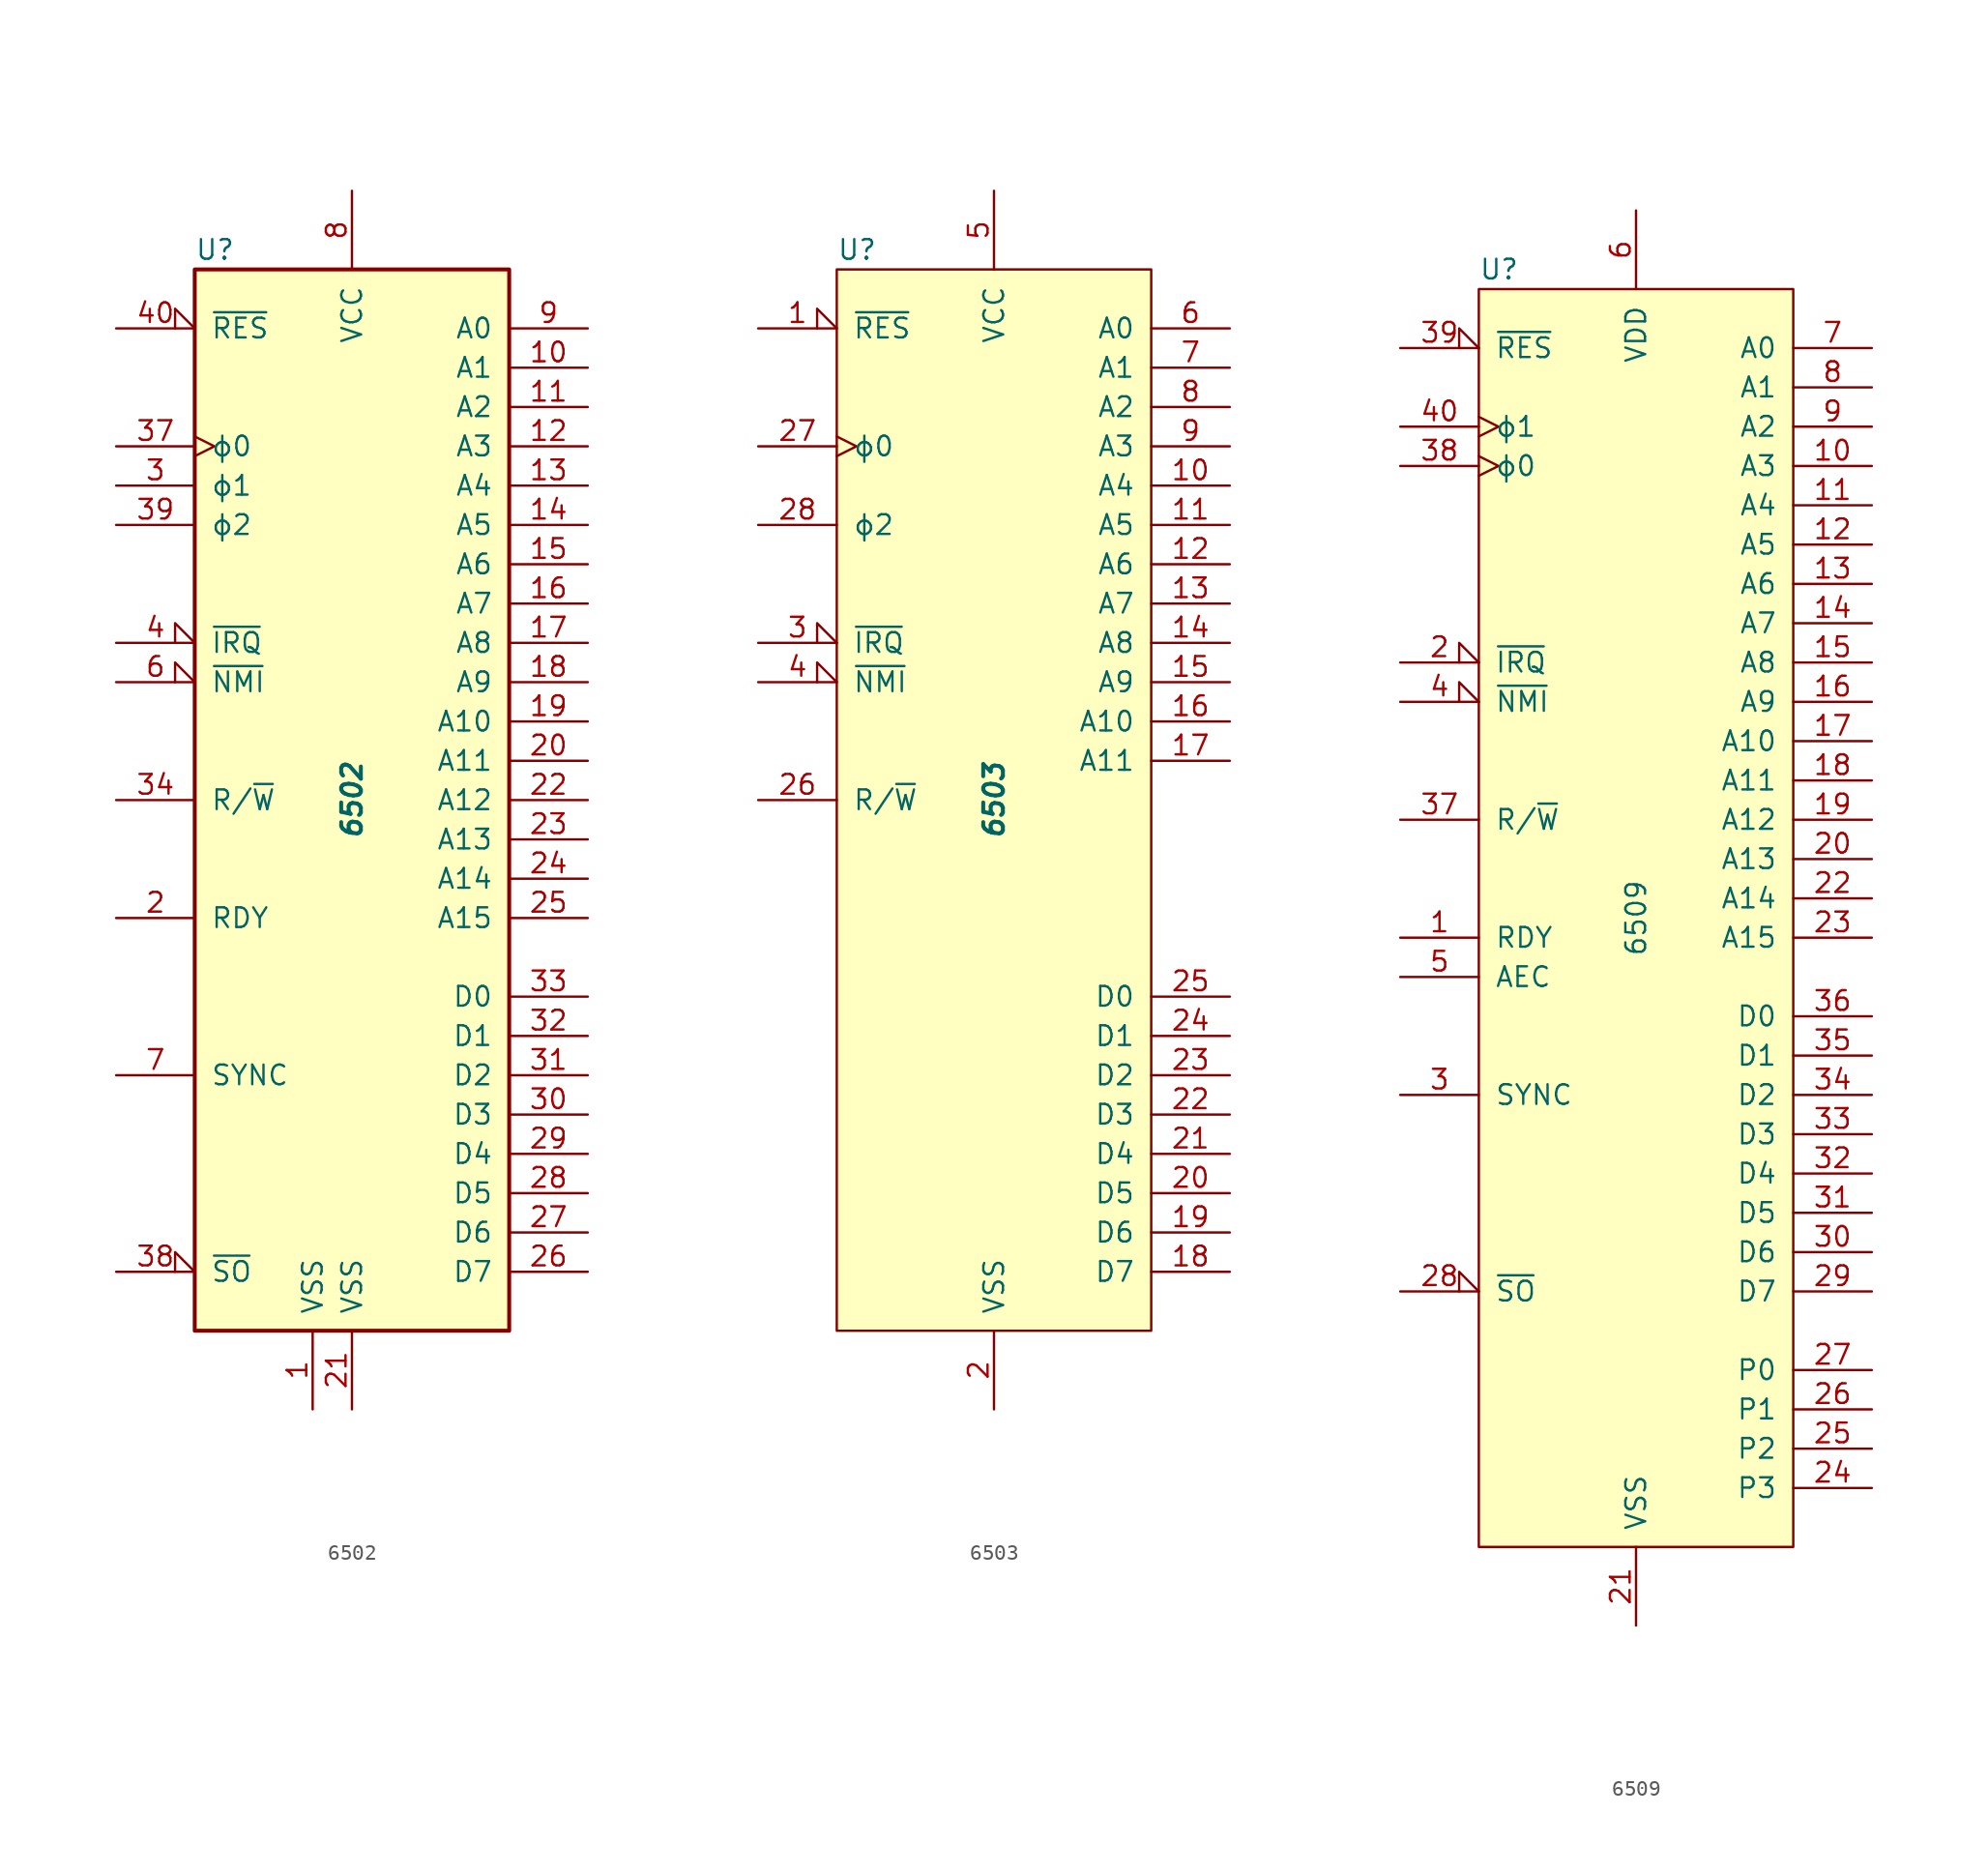
<source format=kicad_sym>
(kicad_symbol_lib
  (version 20211014)
  (generator kicad_symbol_editor)
  (symbol "6502"
    (pin_names
      (offset 1.016))
    (property "Reference" "U"
      (at -10.16 35.56 0)
      (effects (font (size 1.27 1.27)) (justify left)))
    (property "Value" "6502"
      (at 0 0 90)
      (effects (font (size 1.27 1.27) bold italic)))
    (symbol "6502_0_1"
      (rectangle (start -10.16 34.29) (end 10.16 -34.29) (stroke (width 0.254) (type default) (color 0 0 0 0)) (fill (type background))))
    (symbol "6502_1_1"
      (pin power_in line (at -2.54 -39.37 90) (length 5.08) (name "VSS" (effects (font (size 1.27 1.27)))) (number "1" (effects (font (size 1.27 1.27)))))
      (pin output line (at 15.24 27.94 180) (length 5.08) (name "A1" (effects (font (size 1.27 1.27)))) (number "10" (effects (font (size 1.27 1.27)))))
      (pin output line (at 15.24 25.4 180) (length 5.08) (name "A2" (effects (font (size 1.27 1.27)))) (number "11" (effects (font (size 1.27 1.27)))))
      (pin output line (at 15.24 22.86 180) (length 5.08) (name "A3" (effects (font (size 1.27 1.27)))) (number "12" (effects (font (size 1.27 1.27)))))
      (pin output line (at 15.24 20.32 180) (length 5.08) (name "A4" (effects (font (size 1.27 1.27)))) (number "13" (effects (font (size 1.27 1.27)))))
      (pin output line (at 15.24 17.78 180) (length 5.08) (name "A5" (effects (font (size 1.27 1.27)))) (number "14" (effects (font (size 1.27 1.27)))))
      (pin output line (at 15.24 15.24 180) (length 5.08) (name "A6" (effects (font (size 1.27 1.27)))) (number "15" (effects (font (size 1.27 1.27)))))
      (pin output line (at 15.24 12.7 180) (length 5.08) (name "A7" (effects (font (size 1.27 1.27)))) (number "16" (effects (font (size 1.27 1.27)))))
      (pin output line (at 15.24 10.16 180) (length 5.08) (name "A8" (effects (font (size 1.27 1.27)))) (number "17" (effects (font (size 1.27 1.27)))))
      (pin output line (at 15.24 7.62 180) (length 5.08) (name "A9" (effects (font (size 1.27 1.27)))) (number "18" (effects (font (size 1.27 1.27)))))
      (pin output line (at 15.24 5.08 180) (length 5.08) (name "A10" (effects (font (size 1.27 1.27)))) (number "19" (effects (font (size 1.27 1.27)))))
      (pin input line (at -15.24 -7.62 0) (length 5.08) (name "RDY" (effects (font (size 1.27 1.27)))) (number "2" (effects (font (size 1.27 1.27)))))
      (pin output line (at 15.24 2.54 180) (length 5.08) (name "A11" (effects (font (size 1.27 1.27)))) (number "20" (effects (font (size 1.27 1.27)))))
      (pin power_in line (at 0 -39.37 90) (length 5.08) (name "VSS" (effects (font (size 1.27 1.27)))) (number "21" (effects (font (size 1.27 1.27)))))
      (pin output line (at 15.24 0 180) (length 5.08) (name "A12" (effects (font (size 1.27 1.27)))) (number "22" (effects (font (size 1.27 1.27)))))
      (pin output line (at 15.24 -2.54 180) (length 5.08) (name "A13" (effects (font (size 1.27 1.27)))) (number "23" (effects (font (size 1.27 1.27)))))
      (pin output line (at 15.24 -5.08 180) (length 5.08) (name "A14" (effects (font (size 1.27 1.27)))) (number "24" (effects (font (size 1.27 1.27)))))
      (pin output line (at 15.24 -7.62 180) (length 5.08) (name "A15" (effects (font (size 1.27 1.27)))) (number "25" (effects (font (size 1.27 1.27)))))
      (pin bidirectional line (at 15.24 -30.48 180) (length 5.08) (name "D7" (effects (font (size 1.27 1.27)))) (number "26" (effects (font (size 1.27 1.27)))))
      (pin bidirectional line (at 15.24 -27.94 180) (length 5.08) (name "D6" (effects (font (size 1.27 1.27)))) (number "27" (effects (font (size 1.27 1.27)))))
      (pin bidirectional line (at 15.24 -25.4 180) (length 5.08) (name "D5" (effects (font (size 1.27 1.27)))) (number "28" (effects (font (size 1.27 1.27)))))
      (pin bidirectional line (at 15.24 -22.86 180) (length 5.08) (name "D4" (effects (font (size 1.27 1.27)))) (number "29" (effects (font (size 1.27 1.27)))))
      (pin output line (at -15.24 20.32 0) (length 5.08) (name "ϕ1" (effects (font (size 1.27 1.27)))) (number "3" (effects (font (size 1.27 1.27)))))
      (pin bidirectional line (at 15.24 -20.32 180) (length 5.08) (name "D3" (effects (font (size 1.27 1.27)))) (number "30" (effects (font (size 1.27 1.27)))))
      (pin bidirectional line (at 15.24 -17.78 180) (length 5.08) (name "D2" (effects (font (size 1.27 1.27)))) (number "31" (effects (font (size 1.27 1.27)))))
      (pin bidirectional line (at 15.24 -15.24 180) (length 5.08) (name "D1" (effects (font (size 1.27 1.27)))) (number "32" (effects (font (size 1.27 1.27)))))
      (pin bidirectional line (at 15.24 -12.7 180) (length 5.08) (name "D0" (effects (font (size 1.27 1.27)))) (number "33" (effects (font (size 1.27 1.27)))))
      (pin output line (at -15.24 0 0) (length 5.08) (name "R/~{W}" (effects (font (size 1.27 1.27)))) (number "34" (effects (font (size 1.27 1.27)))))
      (pin no_connect non_logic (at -10.16 -25.4 0) (length 2.54) hide (name "nc" (effects (font (size 1.27 1.27)))) (number "35" (effects (font (size 1.27 1.27)))))
      (pin no_connect non_logic (at -10.16 -27.94 0) (length 2.54) hide (name "nc" (effects (font (size 1.27 1.27)))) (number "36" (effects (font (size 1.27 1.27)))))
      (pin input clock (at -15.24 22.86 0) (length 5.08) (name "ϕ0" (effects (font (size 1.27 1.27)))) (number "37" (effects (font (size 1.27 1.27)))))
      (pin input input_low (at -15.24 -30.48 0) (length 5.08) (name "~{SO}" (effects (font (size 1.27 1.27)))) (number "38" (effects (font (size 1.27 1.27)))))
      (pin output line (at -15.24 17.78 0) (length 5.08) (name "ϕ2" (effects (font (size 1.27 1.27)))) (number "39" (effects (font (size 1.27 1.27)))))
      (pin input input_low (at -15.24 10.16 0) (length 5.08) (name "~{IRQ}" (effects (font (size 1.27 1.27)))) (number "4" (effects (font (size 1.27 1.27)))))
      (pin input input_low (at -15.24 30.48 0) (length 5.08) (name "~{RES}" (effects (font (size 1.27 1.27)))) (number "40" (effects (font (size 1.27 1.27)))))
      (pin no_connect non_logic (at -10.16 -22.86 0) (length 2.565) hide (name "nc" (effects (font (size 1.27 1.27)))) (number "5" (effects (font (size 1.27 1.27)))))
      (pin input input_low (at -15.24 7.62 0) (length 5.08) (name "~{NMI}" (effects (font (size 1.27 1.27)))) (number "6" (effects (font (size 1.27 1.27)))))
      (pin output line (at -15.24 -17.78 0) (length 5.08) (name "SYNC" (effects (font (size 1.27 1.27)))) (number "7" (effects (font (size 1.27 1.27)))))
      (pin power_in line (at 0 39.37 270) (length 5.08) (name "VCC" (effects (font (size 1.27 1.27)))) (number "8" (effects (font (size 1.27 1.27)))))
      (pin output line (at 15.24 30.48 180) (length 5.08) (name "A0" (effects (font (size 1.27 1.27)))) (number "9" (effects (font (size 1.27 1.27)))))))
  (symbol "6503"
    (pin_names
      (offset 1.016))
    (property "Reference" "U"
      (at -10.16 35.56 0)
      (effects (font (size 1.27 1.27)) (justify left)))
    (property "Value" "6503"
      (at 0 0 90)
      (effects (font (size 1.27 1.27) bold italic)))
    (symbol "6503_0_1"
      (rectangle (start -10.16 34.29) (end 10.16 -34.29) (stroke (width 0) (type default) (color 0 0 0 0)) (fill (type background))))
    (symbol "6503_1_1"
      (pin input input_low (at -15.24 30.48 0) (length 5.08) (name "~{RES}" (effects (font (size 1.27 1.27)))) (number "1" (effects (font (size 1.27 1.27)))))
      (pin output line (at 15.24 20.32 180) (length 5.08) (name "A4" (effects (font (size 1.27 1.27)))) (number "10" (effects (font (size 1.27 1.27)))))
      (pin output line (at 15.24 17.78 180) (length 5.08) (name "A5" (effects (font (size 1.27 1.27)))) (number "11" (effects (font (size 1.27 1.27)))))
      (pin output line (at 15.24 15.24 180) (length 5.08) (name "A6" (effects (font (size 1.27 1.27)))) (number "12" (effects (font (size 1.27 1.27)))))
      (pin output line (at 15.24 12.7 180) (length 5.08) (name "A7" (effects (font (size 1.27 1.27)))) (number "13" (effects (font (size 1.27 1.27)))))
      (pin output line (at 15.24 10.16 180) (length 5.08) (name "A8" (effects (font (size 1.27 1.27)))) (number "14" (effects (font (size 1.27 1.27)))))
      (pin output line (at 15.24 7.62 180) (length 5.08) (name "A9" (effects (font (size 1.27 1.27)))) (number "15" (effects (font (size 1.27 1.27)))))
      (pin output line (at 15.24 5.08 180) (length 5.08) (name "A10" (effects (font (size 1.27 1.27)))) (number "16" (effects (font (size 1.27 1.27)))))
      (pin output line (at 15.24 2.54 180) (length 5.08) (name "A11" (effects (font (size 1.27 1.27)))) (number "17" (effects (font (size 1.27 1.27)))))
      (pin bidirectional line (at 15.24 -30.48 180) (length 5.08) (name "D7" (effects (font (size 1.27 1.27)))) (number "18" (effects (font (size 1.27 1.27)))))
      (pin bidirectional line (at 15.24 -27.94 180) (length 5.08) (name "D6" (effects (font (size 1.27 1.27)))) (number "19" (effects (font (size 1.27 1.27)))))
      (pin power_in line (at 0 -39.37 90) (length 5.08) (name "VSS" (effects (font (size 1.27 1.27)))) (number "2" (effects (font (size 1.27 1.27)))))
      (pin bidirectional line (at 15.24 -25.4 180) (length 5.08) (name "D5" (effects (font (size 1.27 1.27)))) (number "20" (effects (font (size 1.27 1.27)))))
      (pin bidirectional line (at 15.24 -22.86 180) (length 5.08) (name "D4" (effects (font (size 1.27 1.27)))) (number "21" (effects (font (size 1.27 1.27)))))
      (pin bidirectional line (at 15.24 -20.32 180) (length 5.08) (name "D3" (effects (font (size 1.27 1.27)))) (number "22" (effects (font (size 1.27 1.27)))))
      (pin bidirectional line (at 15.24 -17.78 180) (length 5.08) (name "D2" (effects (font (size 1.27 1.27)))) (number "23" (effects (font (size 1.27 1.27)))))
      (pin bidirectional line (at 15.24 -15.24 180) (length 5.08) (name "D1" (effects (font (size 1.27 1.27)))) (number "24" (effects (font (size 1.27 1.27)))))
      (pin bidirectional line (at 15.24 -12.7 180) (length 5.08) (name "D0" (effects (font (size 1.27 1.27)))) (number "25" (effects (font (size 1.27 1.27)))))
      (pin output line (at -15.24 0 0) (length 5.08) (name "R/~{W}" (effects (font (size 1.27 1.27)))) (number "26" (effects (font (size 1.27 1.27)))))
      (pin input clock (at -15.24 22.86 0) (length 5.08) (name "ϕ0" (effects (font (size 1.27 1.27)))) (number "27" (effects (font (size 1.27 1.27)))))
      (pin output line (at -15.24 17.78 0) (length 5.08) (name "ϕ2" (effects (font (size 1.27 1.27)))) (number "28" (effects (font (size 1.27 1.27)))))
      (pin input input_low (at -15.24 10.16 0) (length 5.08) (name "~{IRQ}" (effects (font (size 1.27 1.27)))) (number "3" (effects (font (size 1.27 1.27)))))
      (pin input input_low (at -15.24 7.62 0) (length 5.08) (name "~{NMI}" (effects (font (size 1.27 1.27)))) (number "4" (effects (font (size 1.27 1.27)))))
      (pin power_in line (at 0 39.37 270) (length 5.08) (name "VCC" (effects (font (size 1.27 1.27)))) (number "5" (effects (font (size 1.27 1.27)))))
      (pin output line (at 15.24 30.48 180) (length 5.08) (name "A0" (effects (font (size 1.27 1.27)))) (number "6" (effects (font (size 1.27 1.27)))))
      (pin output line (at 15.24 27.94 180) (length 5.08) (name "A1" (effects (font (size 1.27 1.27)))) (number "7" (effects (font (size 1.27 1.27)))))
      (pin output line (at 15.24 25.4 180) (length 5.08) (name "A2" (effects (font (size 1.27 1.27)))) (number "8" (effects (font (size 1.27 1.27)))))
      (pin output line (at 15.24 22.86 180) (length 5.08) (name "A3" (effects (font (size 1.27 1.27)))) (number "9" (effects (font (size 1.27 1.27)))))))
  (symbol "6509"
    (pin_names
      (offset 1.016))
    (property "Reference" "U"
      (at -10.16 41.91 0)
      (effects (font (size 1.27 1.27)) (justify left)))
    (property "Value" "6509"
      (at 0 0 90)
      (effects (font (size 1.27 1.27))))
    (symbol "6509_0_1"
      (rectangle (start -10.16 40.64) (end 10.16 -40.64) (stroke (width 0) (type default) (color 0 0 0 0)) (fill (type background))))
    (symbol "6509_1_1"
      (pin input line (at -15.24 -1.27 0) (length 5.08) (name "RDY" (effects (font (size 1.27 1.27)))) (number "1" (effects (font (size 1.27 1.27)))))
      (pin tri_state line (at 15.24 29.21 180) (length 5.08) (name "A3" (effects (font (size 1.27 1.27)))) (number "10" (effects (font (size 1.27 1.27)))))
      (pin tri_state line (at 15.24 26.67 180) (length 5.08) (name "A4" (effects (font (size 1.27 1.27)))) (number "11" (effects (font (size 1.27 1.27)))))
      (pin tri_state line (at 15.24 24.13 180) (length 5.08) (name "A5" (effects (font (size 1.27 1.27)))) (number "12" (effects (font (size 1.27 1.27)))))
      (pin tri_state line (at 15.24 21.59 180) (length 5.08) (name "A6" (effects (font (size 1.27 1.27)))) (number "13" (effects (font (size 1.27 1.27)))))
      (pin tri_state line (at 15.24 19.05 180) (length 5.08) (name "A7" (effects (font (size 1.27 1.27)))) (number "14" (effects (font (size 1.27 1.27)))))
      (pin tri_state line (at 15.24 16.51 180) (length 5.08) (name "A8" (effects (font (size 1.27 1.27)))) (number "15" (effects (font (size 1.27 1.27)))))
      (pin tri_state line (at 15.24 13.97 180) (length 5.08) (name "A9" (effects (font (size 1.27 1.27)))) (number "16" (effects (font (size 1.27 1.27)))))
      (pin tri_state line (at 15.24 11.43 180) (length 5.08) (name "A10" (effects (font (size 1.27 1.27)))) (number "17" (effects (font (size 1.27 1.27)))))
      (pin tri_state line (at 15.24 8.89 180) (length 5.08) (name "A11" (effects (font (size 1.27 1.27)))) (number "18" (effects (font (size 1.27 1.27)))))
      (pin tri_state line (at 15.24 6.35 180) (length 5.08) (name "A12" (effects (font (size 1.27 1.27)))) (number "19" (effects (font (size 1.27 1.27)))))
      (pin input input_low (at -15.24 16.51 0) (length 5.08) (name "~{IRQ}" (effects (font (size 1.27 1.27)))) (number "2" (effects (font (size 1.27 1.27)))))
      (pin tri_state line (at 15.24 3.81 180) (length 5.08) (name "A13" (effects (font (size 1.27 1.27)))) (number "20" (effects (font (size 1.27 1.27)))))
      (pin power_in line (at 0 -45.72 90) (length 5.08) (name "VSS" (effects (font (size 1.27 1.27)))) (number "21" (effects (font (size 1.27 1.27)))))
      (pin tri_state line (at 15.24 1.27 180) (length 5.08) (name "A14" (effects (font (size 1.27 1.27)))) (number "22" (effects (font (size 1.27 1.27)))))
      (pin tri_state line (at 15.24 -1.27 180) (length 5.08) (name "A15" (effects (font (size 1.27 1.27)))) (number "23" (effects (font (size 1.27 1.27)))))
      (pin output line (at 15.24 -36.83 180) (length 5.08) (name "P3" (effects (font (size 1.27 1.27)))) (number "24" (effects (font (size 1.27 1.27)))))
      (pin output line (at 15.24 -34.29 180) (length 5.08) (name "P2" (effects (font (size 1.27 1.27)))) (number "25" (effects (font (size 1.27 1.27)))))
      (pin output line (at 15.24 -31.75 180) (length 5.08) (name "P1" (effects (font (size 1.27 1.27)))) (number "26" (effects (font (size 1.27 1.27)))))
      (pin output line (at 15.24 -29.21 180) (length 5.08) (name "P0" (effects (font (size 1.27 1.27)))) (number "27" (effects (font (size 1.27 1.27)))))
      (pin input input_low (at -15.24 -24.13 0) (length 5.08) (name "~{SO}" (effects (font (size 1.27 1.27)))) (number "28" (effects (font (size 1.27 1.27)))))
      (pin bidirectional line (at 15.24 -24.13 180) (length 5.08) (name "D7" (effects (font (size 1.27 1.27)))) (number "29" (effects (font (size 1.27 1.27)))))
      (pin output line (at -15.24 -11.43 0) (length 5.08) (name "SYNC" (effects (font (size 1.27 1.27)))) (number "3" (effects (font (size 1.27 1.27)))))
      (pin bidirectional line (at 15.24 -21.59 180) (length 5.08) (name "D6" (effects (font (size 1.27 1.27)))) (number "30" (effects (font (size 1.27 1.27)))))
      (pin bidirectional line (at 15.24 -19.05 180) (length 5.08) (name "D5" (effects (font (size 1.27 1.27)))) (number "31" (effects (font (size 1.27 1.27)))))
      (pin bidirectional line (at 15.24 -16.51 180) (length 5.08) (name "D4" (effects (font (size 1.27 1.27)))) (number "32" (effects (font (size 1.27 1.27)))))
      (pin bidirectional line (at 15.24 -13.97 180) (length 5.08) (name "D3" (effects (font (size 1.27 1.27)))) (number "33" (effects (font (size 1.27 1.27)))))
      (pin bidirectional line (at 15.24 -11.43 180) (length 5.08) (name "D2" (effects (font (size 1.27 1.27)))) (number "34" (effects (font (size 1.27 1.27)))))
      (pin bidirectional line (at 15.24 -8.89 180) (length 5.08) (name "D1" (effects (font (size 1.27 1.27)))) (number "35" (effects (font (size 1.27 1.27)))))
      (pin bidirectional line (at 15.24 -6.35 180) (length 5.08) (name "D0" (effects (font (size 1.27 1.27)))) (number "36" (effects (font (size 1.27 1.27)))))
      (pin tri_state line (at -15.24 6.35 0) (length 5.08) (name "R/~{W}" (effects (font (size 1.27 1.27)))) (number "37" (effects (font (size 1.27 1.27)))))
      (pin input clock (at -15.24 29.21 0) (length 5.08) (name "ϕ0" (effects (font (size 1.27 1.27)))) (number "38" (effects (font (size 1.27 1.27)))))
      (pin input input_low (at -15.24 36.83 0) (length 5.08) (name "~{RES}" (effects (font (size 1.27 1.27)))) (number "39" (effects (font (size 1.27 1.27)))))
      (pin input input_low (at -15.24 13.97 0) (length 5.08) (name "~{NMI}" (effects (font (size 1.27 1.27)))) (number "4" (effects (font (size 1.27 1.27)))))
      (pin input clock (at -15.24 31.75 0) (length 5.08) (name "ϕ1" (effects (font (size 1.27 1.27)))) (number "40" (effects (font (size 1.27 1.27)))))
      (pin input line (at -15.24 -3.81 0) (length 5.08) (name "AEC" (effects (font (size 1.27 1.27)))) (number "5" (effects (font (size 1.27 1.27)))))
      (pin power_in line (at 0 45.72 270) (length 5.08) (name "VDD" (effects (font (size 1.27 1.27)))) (number "6" (effects (font (size 1.27 1.27)))))
      (pin tri_state line (at 15.24 36.83 180) (length 5.08) (name "A0" (effects (font (size 1.27 1.27)))) (number "7" (effects (font (size 1.27 1.27)))))
      (pin tri_state line (at 15.24 34.29 180) (length 5.08) (name "A1" (effects (font (size 1.27 1.27)))) (number "8" (effects (font (size 1.27 1.27)))))
      (pin tri_state line (at 15.24 31.75 180) (length 5.08) (name "A2" (effects (font (size 1.27 1.27)))) (number "9" (effects (font (size 1.27 1.27))))))))
</source>
